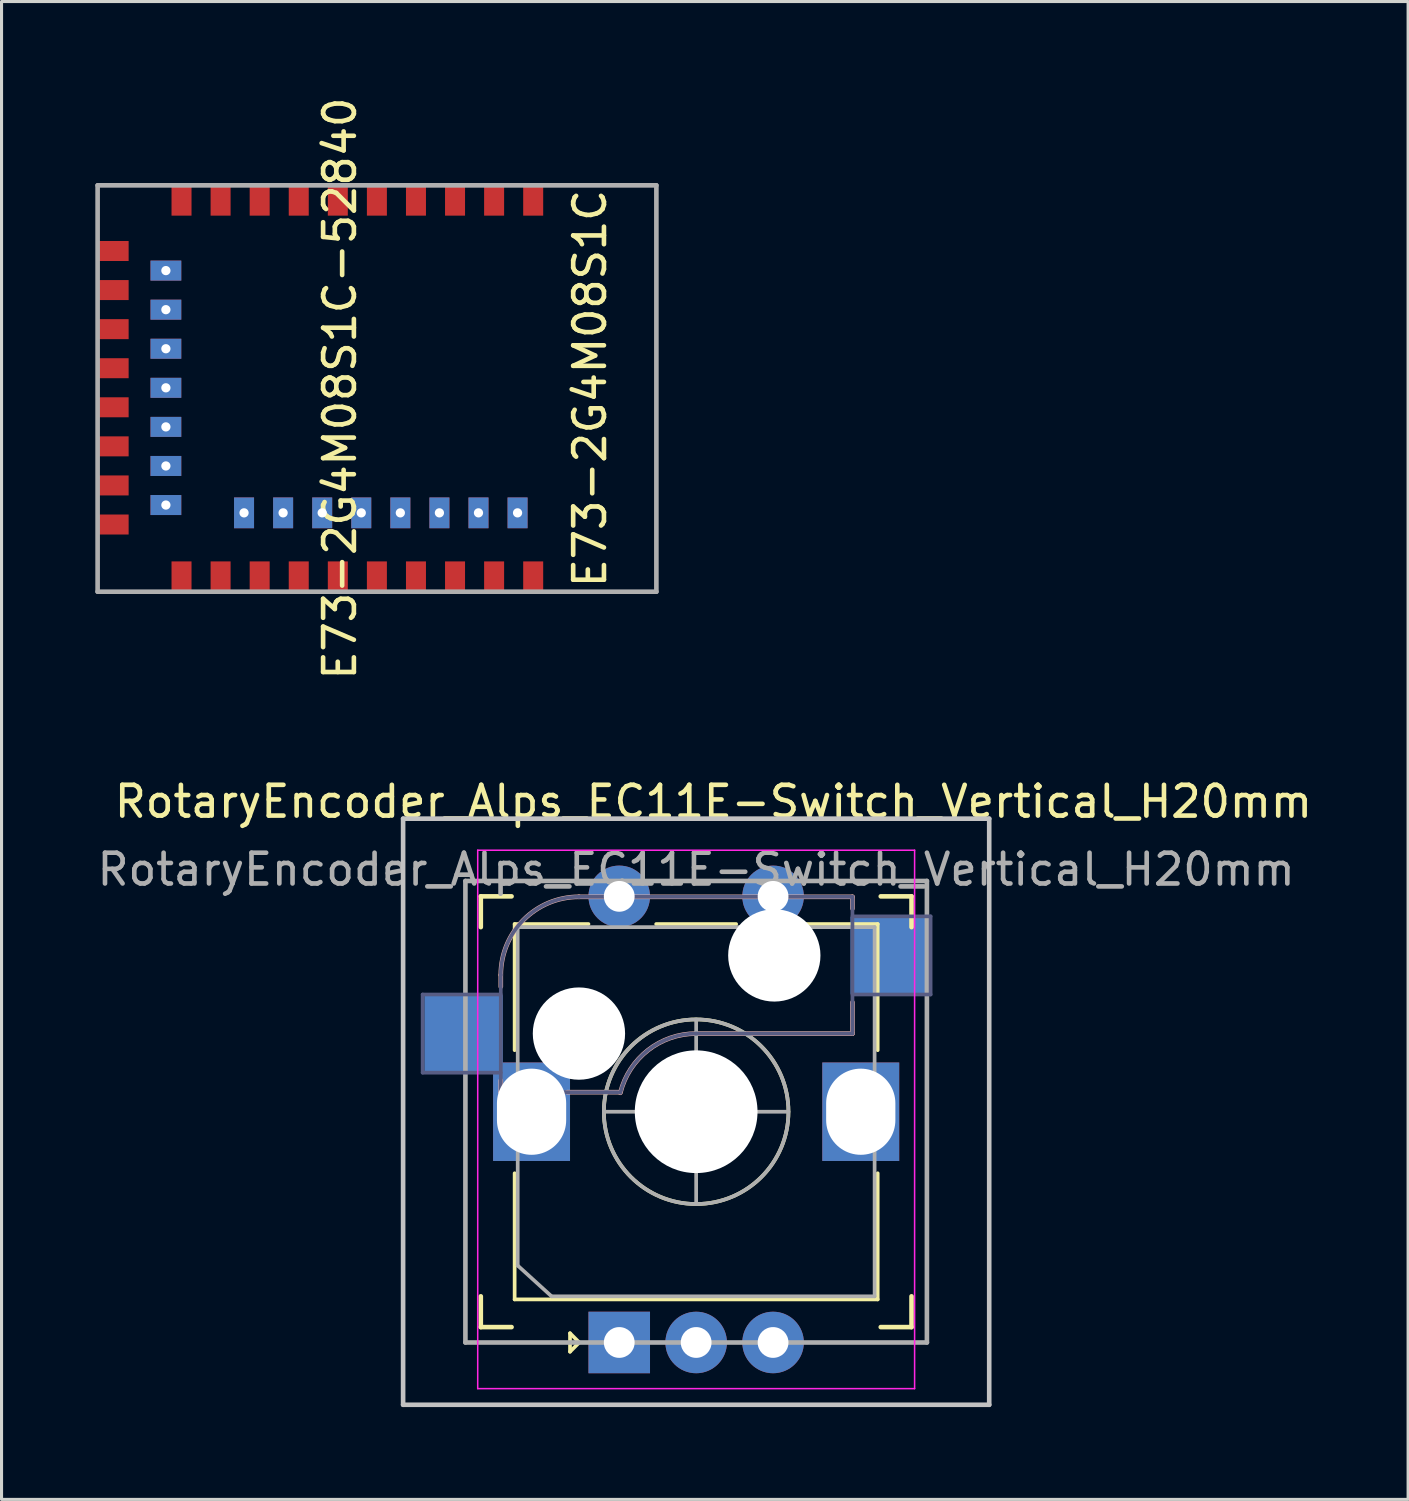
<source format=kicad_pcb>
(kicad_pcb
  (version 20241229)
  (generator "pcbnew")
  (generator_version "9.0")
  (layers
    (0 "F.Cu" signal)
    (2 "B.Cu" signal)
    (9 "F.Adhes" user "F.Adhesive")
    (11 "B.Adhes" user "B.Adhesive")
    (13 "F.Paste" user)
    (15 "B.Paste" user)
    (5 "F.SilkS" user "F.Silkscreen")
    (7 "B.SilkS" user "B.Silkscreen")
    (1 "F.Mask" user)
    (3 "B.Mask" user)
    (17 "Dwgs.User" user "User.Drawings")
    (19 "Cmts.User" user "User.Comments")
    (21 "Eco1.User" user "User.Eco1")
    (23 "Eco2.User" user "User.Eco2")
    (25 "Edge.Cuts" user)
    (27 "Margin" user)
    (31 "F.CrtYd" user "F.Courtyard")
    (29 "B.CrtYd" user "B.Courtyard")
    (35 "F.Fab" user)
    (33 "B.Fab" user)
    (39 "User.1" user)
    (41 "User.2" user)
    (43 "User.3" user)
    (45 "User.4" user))
  (footprint "RotaryEncoder_Alps_EC11E-Switch_Vertical_H20mm"
    (layer "F.Cu")
    (at 19.577 33.084)
    (property "Reference" "RotaryEncoder_Alps_EC11E-Switch_Vertical_H20mm" (at 0.562 -10.081 0) (layer "F.SilkS") (effects (font (size 1 1) (thickness 0.15))))
    (attr through_hole)
    (fp_line (start -7 -6) (end -7 -7) (stroke (width 0.15) (type solid)) (layer "F.SilkS"))
    (fp_line (start -7 7) (end -7 6) (stroke (width 0.15) (type solid)) (layer "F.SilkS"))
    (fp_line (start -7 7) (end -6 7) (stroke (width 0.15) (type solid)) (layer "F.SilkS"))
    (fp_line (start -6 -7) (end -7 -7) (stroke (width 0.15) (type solid)) (layer "F.SilkS"))
    (fp_line (start -5.9 -6.1) (end -3.5 -6.1) (stroke (width 0.12) (type solid)) (layer "F.SilkS"))
    (fp_line (start -5.9 -2) (end -5.9 -6.1) (stroke (width 0.12) (type solid)) (layer "F.SilkS"))
    (fp_line (start -5.9 2) (end -5.9 6.1) (stroke (width 0.12) (type solid)) (layer "F.SilkS"))
    (fp_line (start -5.9 6.1) (end 5.9 6.1) (stroke (width 0.12) (type solid)) (layer "F.SilkS"))
    (fp_line (start -4.1 7.2) (end -3.8 7.5) (stroke (width 0.12) (type solid)) (layer "F.SilkS"))
    (fp_line (start -4.1 7.8) (end -4.1 7.2) (stroke (width 0.12) (type solid)) (layer "F.SilkS"))
    (fp_line (start -3.8 7.5) (end -4.1 7.8) (stroke (width 0.12) (type solid)) (layer "F.SilkS"))
    (fp_line (start -1.3 -6.1) (end 1.3 -6.1) (stroke (width 0.12) (type solid)) (layer "F.SilkS"))
    (fp_line (start -0.5 0) (end 0.5 0) (stroke (width 0.12) (type solid)) (layer "F.SilkS"))
    (fp_line (start 0 0.5) (end 0 -0.5) (stroke (width 0.12) (type solid)) (layer "F.SilkS"))
    (fp_line (start 3.5 -6.1) (end 5.9 -6.1) (stroke (width 0.12) (type solid)) (layer "F.SilkS"))
    (fp_line (start 5.9 -6.1) (end 5.9 -2) (stroke (width 0.12) (type solid)) (layer "F.SilkS"))
    (fp_line (start 5.9 2) (end 5.9 6.1) (stroke (width 0.12) (type solid)) (layer "F.SilkS"))
    (fp_line (start 6 7) (end 7 7) (stroke (width 0.15) (type solid)) (layer "F.SilkS"))
    (fp_line (start 7 -7) (end 6 -7) (stroke (width 0.15) (type solid)) (layer "F.SilkS"))
    (fp_line (start 7 -7) (end 7 -6) (stroke (width 0.15) (type solid)) (layer "F.SilkS"))
    (fp_line (start 7 6) (end 7 7) (stroke (width 0.15) (type solid)) (layer "F.SilkS"))
    (fp_circle (center 0 0) (end 0 -3) (stroke (width 0.12) (type solid)) (fill no) (layer "F.SilkS"))
    (fp_line (start -6.35 -4.445) (end -6.35 -4.064) (stroke (width 0.15) (type solid)) (layer "B.SilkS"))
    (fp_line (start -6.35 -1.016) (end -6.35 -0.635) (stroke (width 0.15) (type solid)) (layer "B.SilkS"))
    (fp_line (start -5.969 -0.635) (end -6.35 -0.635) (stroke (width 0.15) (type solid)) (layer "B.SilkS"))
    (fp_line (start -3.81 -6.985) (end 5.08 -6.985) (stroke (width 0.15) (type solid)) (layer "B.SilkS"))
    (fp_line (start -2.464 -0.635) (end -4.191 -0.635) (stroke (width 0.15) (type solid)) (layer "B.SilkS"))
    (fp_line (start 5.08 -6.985) (end 5.08 -6.604) (stroke (width 0.15) (type solid)) (layer "B.SilkS"))
    (fp_line (start 5.08 -3.556) (end 5.08 -2.54) (stroke (width 0.15) (type solid)) (layer "B.SilkS"))
    (fp_line (start 5.08 -2.54) (end 0 -2.54) (stroke (width 0.15) (type solid)) (layer "B.SilkS"))
    (fp_arc (start -6.35 -4.445) (mid -5.606051 -6.241051) (end -3.81 -6.985) (stroke (width 0.15) (type solid)) (layer "B.SilkS"))
    (fp_arc (start -2.464162 -0.61604) (mid -1.563147 -2.002042) (end 0 -2.54) (stroke (width 0.15) (type solid)) (layer "B.SilkS"))
    (fp_line (start -9.525 -9.525) (end 9.525 -9.525) (stroke (width 0.15) (type solid)) (layer "Dwgs.User"))
    (fp_line (start -9.525 9.525) (end -9.525 -9.525) (stroke (width 0.15) (type solid)) (layer "Dwgs.User"))
    (fp_line (start 9.525 -9.525) (end 9.525 9.525) (stroke (width 0.15) (type solid)) (layer "Dwgs.User"))
    (fp_line (start 9.525 9.525) (end -9.525 9.525) (stroke (width 0.15) (type solid)) (layer "Dwgs.User"))
    (fp_line (start -6.9 6.9) (end -6.9 -6.9) (stroke (width 0.15) (type solid)) (layer "Eco2.User"))
    (fp_line (start -6.9 6.9) (end 6.9 6.9) (stroke (width 0.15) (type solid)) (layer "Eco2.User"))
    (fp_line (start 6.9 -6.9) (end -6.9 -6.9) (stroke (width 0.15) (type solid)) (layer "Eco2.User"))
    (fp_line (start 6.9 -6.9) (end 6.9 6.9) (stroke (width 0.15) (type solid)) (layer "Eco2.User"))
    (fp_line (start -7.1 9) (end -7.1 -8.5) (stroke (width 0.05) (type solid)) (layer "F.CrtYd"))
    (fp_line (start -7.1 9) (end 7.1 9) (stroke (width 0.05) (type solid)) (layer "F.CrtYd"))
    (fp_line (start 7.1 -8.5) (end -7.1 -8.5) (stroke (width 0.05) (type solid)) (layer "F.CrtYd"))
    (fp_line (start 7.1 -8.5) (end 7.1 9) (stroke (width 0.05) (type solid)) (layer "F.CrtYd"))
    (fp_line (start -8.89 -3.81) (end -6.35 -3.81) (stroke (width 0.12) (type solid)) (layer "B.Fab"))
    (fp_line (start -8.89 -1.27) (end -8.89 -3.81) (stroke (width 0.12) (type solid)) (layer "B.Fab"))
    (fp_line (start -6.35 -1.27) (end -8.89 -1.27) (stroke (width 0.12) (type solid)) (layer "B.Fab"))
    (fp_line (start -6.35 -0.635) (end -6.35 -4.445) (stroke (width 0.12) (type solid)) (layer "B.Fab"))
    (fp_line (start -6.35 -0.635) (end -2.54 -0.635) (stroke (width 0.12) (type solid)) (layer "B.Fab"))
    (fp_line (start -3.81 -6.985) (end 5.08 -6.985) (stroke (width 0.12) (type solid)) (layer "B.Fab"))
    (fp_line (start 5.08 -6.985) (end 5.08 -2.54) (stroke (width 0.12) (type solid)) (layer "B.Fab"))
    (fp_line (start 5.08 -6.35) (end 7.62 -6.35) (stroke (width 0.12) (type solid)) (layer "B.Fab"))
    (fp_line (start 5.08 -2.54) (end 0 -2.54) (stroke (width 0.12) (type solid)) (layer "B.Fab"))
    (fp_line (start 7.62 -6.35) (end 7.62 -3.81) (stroke (width 0.12) (type solid)) (layer "B.Fab"))
    (fp_line (start 7.62 -3.81) (end 5.08 -3.81) (stroke (width 0.12) (type solid)) (layer "B.Fab"))
    (fp_arc (start -6.35 -4.445) (mid -5.606051 -6.241051) (end -3.81 -6.985) (stroke (width 0.12) (type solid)) (layer "B.Fab"))
    (fp_arc (start -2.464162 -0.61604) (mid -1.563147 -2.002042) (end 0 -2.54) (stroke (width 0.12) (type solid)) (layer "B.Fab"))
    (fp_line (start -7.5 -7.5) (end 7.5 -7.5) (stroke (width 0.15) (type solid)) (layer "F.Fab"))
    (fp_line (start -7.5 7.5) (end -7.5 -7.5) (stroke (width 0.15) (type solid)) (layer "F.Fab"))
    (fp_line (start -5.8 -6) (end 5.8 -6) (stroke (width 0.12) (type solid)) (layer "F.Fab"))
    (fp_line (start -5.8 5) (end -5.8 -6) (stroke (width 0.12) (type solid)) (layer "F.Fab"))
    (fp_line (start -4.7 6) (end -5.8 5) (stroke (width 0.12) (type solid)) (layer "F.Fab"))
    (fp_line (start -3 0) (end 3 0) (stroke (width 0.12) (type solid)) (layer "F.Fab"))
    (fp_line (start 0 3) (end 0 -3) (stroke (width 0.12) (type solid)) (layer "F.Fab"))
    (fp_line (start 5.8 -6) (end 5.8 6) (stroke (width 0.12) (type solid)) (layer "F.Fab"))
    (fp_line (start 5.8 6) (end -4.7 6) (stroke (width 0.12) (type solid)) (layer "F.Fab"))
    (fp_line (start 7.5 -7.5) (end 7.5 7.5) (stroke (width 0.15) (type solid)) (layer "F.Fab"))
    (fp_line (start 7.5 7.5) (end -7.5 7.5) (stroke (width 0.15) (type solid)) (layer "F.Fab"))
    (fp_circle (center 0 0) (end 0 -3) (stroke (width 0.12) (type solid)) (fill no) (layer "F.Fab"))
    (fp_text user "${REFERENCE}" (at 0 -7.874 0) (layer "F.Fab") (effects (font (size 1 1) (thickness 0.15))))
    (pad "" np_thru_hole circle (at -3.81 -2.54) (size 3 3) (drill 3) (layers "*.Cu" "*.Mask"))
    (pad "" np_thru_hole circle (at 0 0) (size 3.988 3.988) (drill 3.988) (layers "*.Cu" "*.Mask"))
    (pad "" np_thru_hole circle (at 2.54 -5.08) (size 3 3) (drill 3) (layers "*.Cu" "*.Mask"))
    (pad "A" thru_hole rect (at -2.5 7.5 90) (size 2 2) (drill 1) (layers "*.Cu" "*.Mask"))
    (pad "B" thru_hole circle (at 2.5 7.5 90) (size 2 2) (drill 1) (layers "*.Cu" "*.Mask"))
    (pad "C" thru_hole circle (at 0 7.5 90) (size 2 2) (drill 1) (layers "*.Cu" "*.Mask"))
    (pad "MP" thru_hole rect (at -5.35 0 90) (size 3.2 2.5) (drill oval 2.8 2.25) (layers "*.Cu" "*.Mask"))
    (pad "MP" thru_hole rect (at 5.35 0 90) (size 3.2 2.5) (drill oval 2.8 2.25) (layers "*.Cu" "*.Mask"))
    (pad "S1" thru_hole circle (at 2.5 -7 90) (size 2 2) (drill 1) (layers "*.Cu" "*.Mask"))
    (pad "S1" smd rect (at 6.29 -5.08) (size 2.55 2.5) (layers "B.Cu" "B.Mask" "B.Paste"))
    (pad "S2" smd rect (at -7.56 -2.54) (size 2.55 2.5) (layers "B.Cu" "B.Mask" "B.Paste"))
    (pad "S2" thru_hole circle (at -2.5 -7 90) (size 2 2) (drill 1) (layers "*.Cu" "*.Mask")))
  (footprint "E73-2G4M08S1C-52840"
    (layer "F.Cu")
    (at 0.25 9.578)
    (property "Reference" "E73-2G4M08S1C-52840" (at 7.747 -0.000467 270) (layer "F.SilkS") (effects (font (size 1 1) (thickness 0.15))))
    (attr through_hole)
    (fp_line (start -0.127 -6.604) (end -0.127 6.604) (stroke (width 0.15) (type solid)) (layer "F.Fab"))
    (fp_line (start -0.127 6.604) (end 18.034 6.604) (stroke (width 0.15) (type solid)) (layer "F.Fab"))
    (fp_line (start 18.034 -6.604) (end -0.127 -6.604) (stroke (width 0.15) (type solid)) (layer "F.Fab"))
    (fp_line (start 18.034 6.604) (end 18.034 -6.604) (stroke (width 0.15) (type solid)) (layer "F.Fab"))
    (fp_text user "E73-2G4M08S1C" (at 15.875 0 90) (layer "F.SilkS") (effects (font (size 1 1) (thickness 0.15))))
    (pad "1" smd rect (at 14.03 -6.119) (size 0.65 1) (layers "F.Cu" "F.Mask" "F.Paste"))
    (pad "2" smd rect (at 12.76 -6.119) (size 0.65 1) (layers "F.Cu" "F.Mask" "F.Paste"))
    (pad "3" smd rect (at 11.49 -6.119) (size 0.65 1) (layers "F.Cu" "F.Mask" "F.Paste"))
    (pad "4" smd rect (at 10.22 -6.119) (size 0.65 1) (layers "F.Cu" "F.Mask" "F.Paste"))
    (pad "5" smd rect (at 8.95 -6.119) (size 0.65 1) (layers "F.Cu" "F.Mask" "F.Paste"))
    (pad "6" smd rect (at 7.68 -6.119) (size 0.65 1) (layers "F.Cu" "F.Mask" "F.Paste"))
    (pad "7" smd rect (at 6.41 -6.119) (size 0.65 1) (layers "F.Cu" "F.Mask" "F.Paste"))
    (pad "8" smd rect (at 5.14 -6.119) (size 0.65 1) (layers "F.Cu" "F.Mask" "F.Paste"))
    (pad "9" smd rect (at 3.87 -6.119) (size 0.65 1) (layers "F.Cu" "F.Mask" "F.Paste"))
    (pad "10" smd rect (at 2.6 -6.119) (size 0.65 1) (layers "F.Cu" "F.Mask" "F.Paste"))
    (pad "11" smd rect (at 0.381 -4.47 90) (size 0.65 1) (layers "F.Cu" "F.Mask" "F.Paste"))
    (pad "12" thru_hole rect (at 2.092 -3.833 90) (size 0.65 1) (drill 0.3) (layers "*.Cu" "*.Mask"))
    (pad "13" smd rect (at 0.381 -3.2 90) (size 0.65 1) (layers "F.Cu" "F.Mask" "F.Paste"))
    (pad "14" thru_hole rect (at 2.092 -2.563 90) (size 0.65 1) (drill 0.3) (layers "*.Cu" "*.Mask"))
    (pad "15" smd rect (at 0.381 -1.93 90) (size 0.65 1) (layers "F.Cu" "F.Mask" "F.Paste"))
    (pad "16" thru_hole rect (at 2.092 -1.293 90) (size 0.65 1) (drill 0.3) (layers "*.Cu" "*.Mask"))
    (pad "17" smd rect (at 0.381 -0.66 90) (size 0.65 1) (layers "F.Cu" "F.Mask" "F.Paste"))
    (pad "18" thru_hole rect (at 2.092 -0.023 90) (size 0.65 1) (drill 0.3) (layers "*.Cu" "*.Mask"))
    (pad "19" smd rect (at 0.381 0.61 90) (size 0.65 1) (layers "F.Cu" "F.Mask" "F.Paste"))
    (pad "20" thru_hole rect (at 2.092 1.247 90) (size 0.65 1) (drill 0.3) (layers "*.Cu" "*.Mask"))
    (pad "21" smd rect (at 0.381 1.88 90) (size 0.65 1) (layers "F.Cu" "F.Mask" "F.Paste"))
    (pad "22" thru_hole rect (at 2.092 2.517 90) (size 0.65 1) (drill 0.3) (layers "*.Cu" "*.Mask"))
    (pad "23" smd rect (at 0.381 3.15 90) (size 0.65 1) (layers "F.Cu" "F.Mask" "F.Paste"))
    (pad "24" thru_hole rect (at 2.092 3.787 90) (size 0.65 1) (drill 0.3) (layers "*.Cu" "*.Mask"))
    (pad "25" smd rect (at 0.381 4.42 90) (size 0.65 1) (layers "F.Cu" "F.Mask" "F.Paste"))
    (pad "26" smd rect (at 2.6 6.119) (size 0.65 1) (layers "F.Cu" "F.Mask" "F.Paste"))
    (pad "27" smd rect (at 3.87 6.119) (size 0.65 1) (layers "F.Cu" "F.Mask" "F.Paste"))
    (pad "28" thru_hole rect (at 4.632 4.041) (size 0.65 1) (drill 0.3) (layers "*.Cu" "*.Mask"))
    (pad "29" smd rect (at 5.14 6.119) (size 0.65 1) (layers "F.Cu" "F.Mask" "F.Paste"))
    (pad "30" thru_hole rect (at 5.902 4.041) (size 0.65 1) (drill 0.3) (layers "*.Cu" "*.Mask"))
    (pad "31" smd rect (at 6.41 6.119) (size 0.65 1) (layers "F.Cu" "F.Mask" "F.Paste"))
    (pad "32" thru_hole rect (at 7.172 4.041) (size 0.65 1) (drill 0.3) (layers "*.Cu" "*.Mask"))
    (pad "33" smd rect (at 7.68 6.119) (size 0.65 1) (layers "F.Cu" "F.Mask" "F.Paste"))
    (pad "34" thru_hole rect (at 8.442 4.041) (size 0.65 1) (drill 0.3) (layers "*.Cu" "*.Mask"))
    (pad "35" smd rect (at 8.95 6.119) (size 0.65 1) (layers "F.Cu" "F.Mask" "F.Paste"))
    (pad "36" thru_hole rect (at 9.712 4.041) (size 0.65 1) (drill 0.3) (layers "*.Cu" "*.Mask"))
    (pad "37" smd rect (at 10.22 6.119) (size 0.65 1) (layers "F.Cu" "F.Mask" "F.Paste"))
    (pad "38" thru_hole rect (at 10.982 4.041) (size 0.65 1) (drill 0.3) (layers "*.Cu" "*.Mask"))
    (pad "39" smd rect (at 11.49 6.119) (size 0.65 1) (layers "F.Cu" "F.Mask" "F.Paste"))
    (pad "40" thru_hole rect (at 12.252 4.041) (size 0.65 1) (drill 0.3) (layers "*.Cu" "*.Mask"))
    (pad "41" smd rect (at 12.76 6.119) (size 0.65 1) (layers "F.Cu" "F.Mask" "F.Paste"))
    (pad "42" thru_hole rect (at 13.522 4.041) (size 0.65 1) (drill 0.3) (layers "*.Cu" "*.Mask"))
    (pad "43" smd rect (at 14.03 6.119) (size 0.65 1) (layers "F.Cu" "F.Mask" "F.Paste")))
  (gr_rect
    (start -3 -3)
    (end 42.717 45.684)
    (stroke (width 0.1) (type default))
    (fill no)
    (layer "Edge.Cuts")))
</source>
